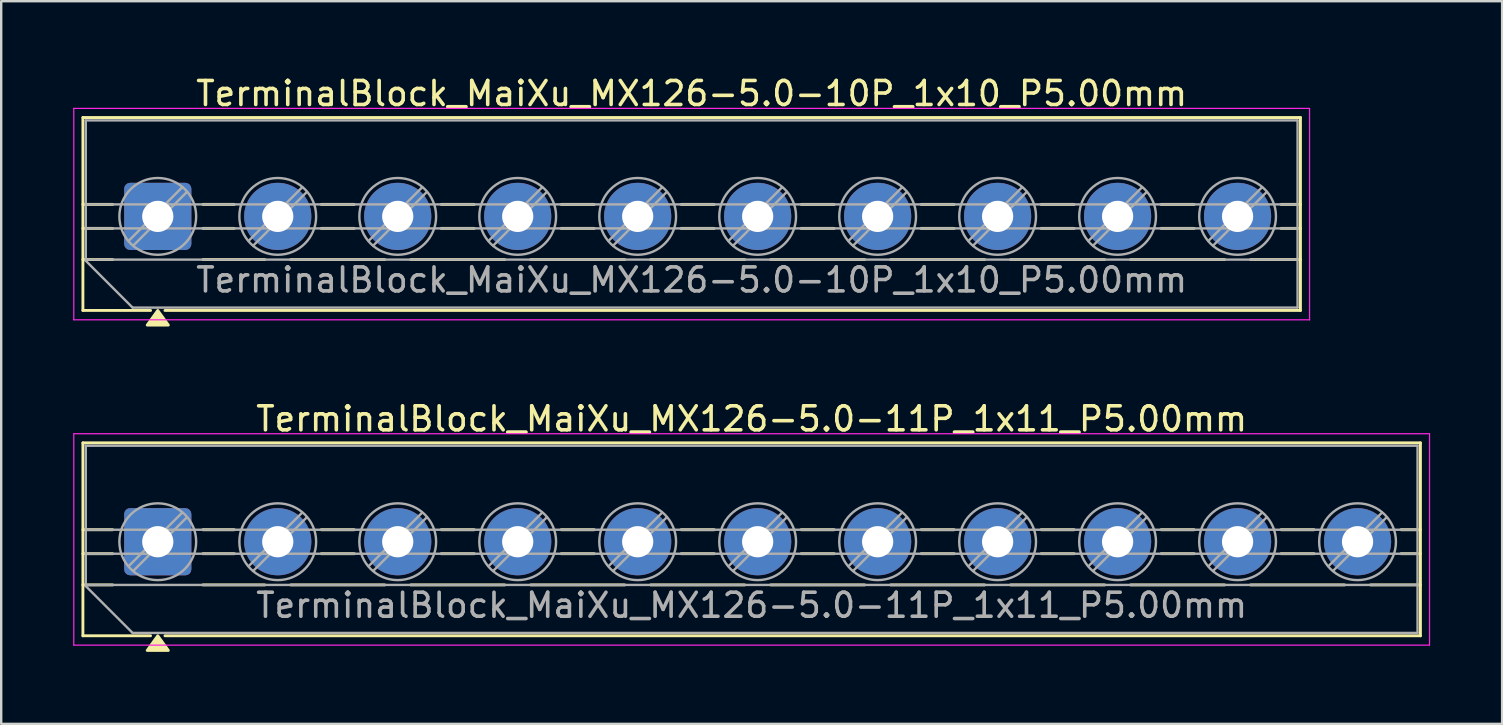
<source format=kicad_pcb>
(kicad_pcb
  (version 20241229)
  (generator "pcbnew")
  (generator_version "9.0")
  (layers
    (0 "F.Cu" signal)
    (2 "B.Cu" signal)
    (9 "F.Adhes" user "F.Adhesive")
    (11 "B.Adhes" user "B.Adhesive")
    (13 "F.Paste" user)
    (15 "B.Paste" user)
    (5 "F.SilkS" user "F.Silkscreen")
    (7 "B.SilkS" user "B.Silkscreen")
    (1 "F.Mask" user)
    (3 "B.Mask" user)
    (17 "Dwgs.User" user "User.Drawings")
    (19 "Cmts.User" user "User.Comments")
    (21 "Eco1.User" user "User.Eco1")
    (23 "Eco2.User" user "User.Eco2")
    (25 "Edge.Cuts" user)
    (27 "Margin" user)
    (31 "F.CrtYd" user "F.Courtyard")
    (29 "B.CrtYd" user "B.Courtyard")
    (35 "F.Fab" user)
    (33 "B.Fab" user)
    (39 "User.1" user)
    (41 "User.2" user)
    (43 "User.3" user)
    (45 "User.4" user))
  (footprint "TerminalBlock_MaiXu_MX126-5.0-11P_1x11_P5.00mm"
    (layer "F.Cu")
    (at 3.525 19.526)
    (property "Reference" "TerminalBlock_MaiXu_MX126-5.0-11P_1x11_P5.00mm" (at 24.75 -5.12 0) (layer "F.SilkS") (effects (font (size 1 1) (thickness 0.15))))
    (attr through_hole)
    (fp_line (start -3.12 -4.12) (end 52.62 -4.12) (stroke (width 0.12) (type solid)) (layer "F.SilkS"))
    (fp_line (start -3.12 -0.5) (end -1.88 -0.5) (stroke (width 0.12) (type solid)) (layer "F.SilkS"))
    (fp_line (start -3.12 0.5) (end -1.88 0.5) (stroke (width 0.12) (type solid)) (layer "F.SilkS"))
    (fp_line (start -3.12 1.8) (end -1.88 1.8) (stroke (width 0.12) (type solid)) (layer "F.SilkS"))
    (fp_line (start -3.12 3.92) (end -3.12 -4.12) (stroke (width 0.12) (type solid)) (layer "F.SilkS"))
    (fp_line (start -0.3 3.92) (end -3.12 3.92) (stroke (width 0.12) (type solid)) (layer "F.SilkS"))
    (fp_line (start 1.88 -0.5) (end 3.188 -0.5) (stroke (width 0.12) (type solid)) (layer "F.SilkS"))
    (fp_line (start 1.88 0.5) (end 3.188 0.5) (stroke (width 0.12) (type solid)) (layer "F.SilkS"))
    (fp_line (start 1.88 1.8) (end 4.457 1.8) (stroke (width 0.12) (type solid)) (layer "F.SilkS"))
    (fp_line (start 5.543 1.8) (end 9.457 1.8) (stroke (width 0.12) (type solid)) (layer "F.SilkS"))
    (fp_line (start 6.812 -0.5) (end 8.188 -0.5) (stroke (width 0.12) (type solid)) (layer "F.SilkS"))
    (fp_line (start 6.812 0.5) (end 8.188 0.5) (stroke (width 0.12) (type solid)) (layer "F.SilkS"))
    (fp_line (start 10.543 1.8) (end 14.457 1.8) (stroke (width 0.12) (type solid)) (layer "F.SilkS"))
    (fp_line (start 11.812 -0.5) (end 13.188 -0.5) (stroke (width 0.12) (type solid)) (layer "F.SilkS"))
    (fp_line (start 11.812 0.5) (end 13.188 0.5) (stroke (width 0.12) (type solid)) (layer "F.SilkS"))
    (fp_line (start 15.543 1.8) (end 19.457 1.8) (stroke (width 0.12) (type solid)) (layer "F.SilkS"))
    (fp_line (start 16.812 -0.5) (end 18.188 -0.5) (stroke (width 0.12) (type solid)) (layer "F.SilkS"))
    (fp_line (start 16.812 0.5) (end 18.188 0.5) (stroke (width 0.12) (type solid)) (layer "F.SilkS"))
    (fp_line (start 20.543 1.8) (end 24.457 1.8) (stroke (width 0.12) (type solid)) (layer "F.SilkS"))
    (fp_line (start 21.812 -0.5) (end 23.188 -0.5) (stroke (width 0.12) (type solid)) (layer "F.SilkS"))
    (fp_line (start 21.812 0.5) (end 23.188 0.5) (stroke (width 0.12) (type solid)) (layer "F.SilkS"))
    (fp_line (start 25.543 1.8) (end 29.457 1.8) (stroke (width 0.12) (type solid)) (layer "F.SilkS"))
    (fp_line (start 26.812 -0.5) (end 28.188 -0.5) (stroke (width 0.12) (type solid)) (layer "F.SilkS"))
    (fp_line (start 26.812 0.5) (end 28.188 0.5) (stroke (width 0.12) (type solid)) (layer "F.SilkS"))
    (fp_line (start 30.543 1.8) (end 34.457 1.8) (stroke (width 0.12) (type solid)) (layer "F.SilkS"))
    (fp_line (start 31.812 -0.5) (end 33.188 -0.5) (stroke (width 0.12) (type solid)) (layer "F.SilkS"))
    (fp_line (start 31.812 0.5) (end 33.188 0.5) (stroke (width 0.12) (type solid)) (layer "F.SilkS"))
    (fp_line (start 35.543 1.8) (end 39.457 1.8) (stroke (width 0.12) (type solid)) (layer "F.SilkS"))
    (fp_line (start 36.812 -0.5) (end 38.188 -0.5) (stroke (width 0.12) (type solid)) (layer "F.SilkS"))
    (fp_line (start 36.812 0.5) (end 38.188 0.5) (stroke (width 0.12) (type solid)) (layer "F.SilkS"))
    (fp_line (start 40.543 1.8) (end 44.457 1.8) (stroke (width 0.12) (type solid)) (layer "F.SilkS"))
    (fp_line (start 41.812 -0.5) (end 43.188 -0.5) (stroke (width 0.12) (type solid)) (layer "F.SilkS"))
    (fp_line (start 41.812 0.5) (end 43.188 0.5) (stroke (width 0.12) (type solid)) (layer "F.SilkS"))
    (fp_line (start 45.543 1.8) (end 49.457 1.8) (stroke (width 0.12) (type solid)) (layer "F.SilkS"))
    (fp_line (start 46.812 -0.5) (end 48.188 -0.5) (stroke (width 0.12) (type solid)) (layer "F.SilkS"))
    (fp_line (start 46.812 0.5) (end 48.188 0.5) (stroke (width 0.12) (type solid)) (layer "F.SilkS"))
    (fp_line (start 50.543 1.8) (end 52.62 1.8) (stroke (width 0.12) (type solid)) (layer "F.SilkS"))
    (fp_line (start 51.812 -0.5) (end 52.62 -0.5) (stroke (width 0.12) (type solid)) (layer "F.SilkS"))
    (fp_line (start 51.812 0.5) (end 52.62 0.5) (stroke (width 0.12) (type solid)) (layer "F.SilkS"))
    (fp_line (start 52.62 -4.12) (end 52.62 3.92) (stroke (width 0.12) (type solid)) (layer "F.SilkS"))
    (fp_line (start 52.62 3.92) (end 0.3 3.92) (stroke (width 0.12) (type solid)) (layer "F.SilkS"))
    (fp_poly (pts (xy 0 3.92) (xy 0.44 4.53) (xy -0.44 4.53)) (stroke (width 0.12) (type solid)) (fill yes) (layer "F.SilkS"))
    (fp_line (start -3.5 -4.5) (end -3.5 4.31) (stroke (width 0.05) (type solid)) (layer "F.CrtYd"))
    (fp_line (start -3.5 4.31) (end 53 4.31) (stroke (width 0.05) (type solid)) (layer "F.CrtYd"))
    (fp_line (start 53 -4.5) (end -3.5 -4.5) (stroke (width 0.05) (type solid)) (layer "F.CrtYd"))
    (fp_line (start 53 4.31) (end 53 -4.5) (stroke (width 0.05) (type solid)) (layer "F.CrtYd"))
    (fp_line (start -3 -4) (end 52.5 -4) (stroke (width 0.1) (type solid)) (layer "F.Fab"))
    (fp_line (start -3 -0.5) (end 52.5 -0.5) (stroke (width 0.1) (type solid)) (layer "F.Fab"))
    (fp_line (start -3 0.5) (end 52.5 0.5) (stroke (width 0.1) (type solid)) (layer "F.Fab"))
    (fp_line (start -3 1.8) (end 52.5 1.8) (stroke (width 0.1) (type solid)) (layer "F.Fab"))
    (fp_line (start -3 1.85) (end -3 -4) (stroke (width 0.1) (type solid)) (layer "F.Fab"))
    (fp_line (start -1.05 3.8) (end -3 1.85) (stroke (width 0.1) (type solid)) (layer "F.Fab"))
    (fp_line (start 1.018 -1.213) (end -1.213 1.018) (stroke (width 0.1) (type solid)) (layer "F.Fab"))
    (fp_line (start 1.213 -1.018) (end -1.018 1.213) (stroke (width 0.1) (type solid)) (layer "F.Fab"))
    (fp_line (start 6.018 -1.213) (end 3.787 1.018) (stroke (width 0.1) (type solid)) (layer "F.Fab"))
    (fp_line (start 6.213 -1.018) (end 3.982 1.213) (stroke (width 0.1) (type solid)) (layer "F.Fab"))
    (fp_line (start 11.018 -1.213) (end 8.787 1.018) (stroke (width 0.1) (type solid)) (layer "F.Fab"))
    (fp_line (start 11.213 -1.018) (end 8.982 1.213) (stroke (width 0.1) (type solid)) (layer "F.Fab"))
    (fp_line (start 16.018 -1.213) (end 13.787 1.018) (stroke (width 0.1) (type solid)) (layer "F.Fab"))
    (fp_line (start 16.213 -1.018) (end 13.982 1.213) (stroke (width 0.1) (type solid)) (layer "F.Fab"))
    (fp_line (start 21.018 -1.213) (end 18.787 1.018) (stroke (width 0.1) (type solid)) (layer "F.Fab"))
    (fp_line (start 21.213 -1.018) (end 18.982 1.213) (stroke (width 0.1) (type solid)) (layer "F.Fab"))
    (fp_line (start 26.018 -1.213) (end 23.787 1.018) (stroke (width 0.1) (type solid)) (layer "F.Fab"))
    (fp_line (start 26.213 -1.018) (end 23.982 1.213) (stroke (width 0.1) (type solid)) (layer "F.Fab"))
    (fp_line (start 31.018 -1.213) (end 28.787 1.018) (stroke (width 0.1) (type solid)) (layer "F.Fab"))
    (fp_line (start 31.213 -1.018) (end 28.982 1.213) (stroke (width 0.1) (type solid)) (layer "F.Fab"))
    (fp_line (start 36.018 -1.213) (end 33.787 1.018) (stroke (width 0.1) (type solid)) (layer "F.Fab"))
    (fp_line (start 36.213 -1.018) (end 33.982 1.213) (stroke (width 0.1) (type solid)) (layer "F.Fab"))
    (fp_line (start 41.018 -1.213) (end 38.787 1.018) (stroke (width 0.1) (type solid)) (layer "F.Fab"))
    (fp_line (start 41.213 -1.018) (end 38.982 1.213) (stroke (width 0.1) (type solid)) (layer "F.Fab"))
    (fp_line (start 46.018 -1.213) (end 43.787 1.018) (stroke (width 0.1) (type solid)) (layer "F.Fab"))
    (fp_line (start 46.213 -1.018) (end 43.982 1.213) (stroke (width 0.1) (type solid)) (layer "F.Fab"))
    (fp_line (start 51.018 -1.213) (end 48.787 1.018) (stroke (width 0.1) (type solid)) (layer "F.Fab"))
    (fp_line (start 51.213 -1.018) (end 48.982 1.213) (stroke (width 0.1) (type solid)) (layer "F.Fab"))
    (fp_line (start 52.5 -4) (end 52.5 3.8) (stroke (width 0.1) (type solid)) (layer "F.Fab"))
    (fp_line (start 52.5 3.8) (end -1.05 3.8) (stroke (width 0.1) (type solid)) (layer "F.Fab"))
    (fp_circle (center 0 0) (end 1.6 0) (stroke (width 0.1) (type solid)) (fill no) (layer "F.Fab"))
    (fp_circle (center 5 0) (end 6.6 0) (stroke (width 0.1) (type solid)) (fill no) (layer "F.Fab"))
    (fp_circle (center 10 0) (end 11.6 0) (stroke (width 0.1) (type solid)) (fill no) (layer "F.Fab"))
    (fp_circle (center 15 0) (end 16.6 0) (stroke (width 0.1) (type solid)) (fill no) (layer "F.Fab"))
    (fp_circle (center 20 0) (end 21.6 0) (stroke (width 0.1) (type solid)) (fill no) (layer "F.Fab"))
    (fp_circle (center 25 0) (end 26.6 0) (stroke (width 0.1) (type solid)) (fill no) (layer "F.Fab"))
    (fp_circle (center 30 0) (end 31.6 0) (stroke (width 0.1) (type solid)) (fill no) (layer "F.Fab"))
    (fp_circle (center 35 0) (end 36.6 0) (stroke (width 0.1) (type solid)) (fill no) (layer "F.Fab"))
    (fp_circle (center 40 0) (end 41.6 0) (stroke (width 0.1) (type solid)) (fill no) (layer "F.Fab"))
    (fp_circle (center 45 0) (end 46.6 0) (stroke (width 0.1) (type solid)) (fill no) (layer "F.Fab"))
    (fp_circle (center 50 0) (end 51.6 0) (stroke (width 0.1) (type solid)) (fill no) (layer "F.Fab"))
    (fp_text user "${REFERENCE}" (at 24.75 2.65 0) (layer "F.Fab") (effects (font (size 1 1) (thickness 0.15))))
    (pad "1" thru_hole roundrect (at 0 0) (size 2.8 2.8) (drill 1.3) (layers "*.Cu" "*.Mask") (roundrect_rratio 0.089))
    (pad "2" thru_hole circle (at 5 0) (size 2.8 2.8) (drill 1.3) (layers "*.Cu" "*.Mask"))
    (pad "3" thru_hole circle (at 10 0) (size 2.8 2.8) (drill 1.3) (layers "*.Cu" "*.Mask"))
    (pad "4" thru_hole circle (at 15 0) (size 2.8 2.8) (drill 1.3) (layers "*.Cu" "*.Mask"))
    (pad "5" thru_hole circle (at 20 0) (size 2.8 2.8) (drill 1.3) (layers "*.Cu" "*.Mask"))
    (pad "6" thru_hole circle (at 25 0) (size 2.8 2.8) (drill 1.3) (layers "*.Cu" "*.Mask"))
    (pad "7" thru_hole circle (at 30 0) (size 2.8 2.8) (drill 1.3) (layers "*.Cu" "*.Mask"))
    (pad "8" thru_hole circle (at 35 0) (size 2.8 2.8) (drill 1.3) (layers "*.Cu" "*.Mask"))
    (pad "9" thru_hole circle (at 40 0) (size 2.8 2.8) (drill 1.3) (layers "*.Cu" "*.Mask"))
    (pad "10" thru_hole circle (at 45 0) (size 2.8 2.8) (drill 1.3) (layers "*.Cu" "*.Mask"))
    (pad "11" thru_hole circle (at 50 0) (size 2.8 2.8) (drill 1.3) (layers "*.Cu" "*.Mask")))
  (footprint "TerminalBlock_MaiXu_MX126-5.0-10P_1x10_P5.00mm"
    (layer "F.Cu")
    (at 3.525 5.968)
    (property "Reference" "TerminalBlock_MaiXu_MX126-5.0-10P_1x10_P5.00mm" (at 22.25 -5.12 0) (layer "F.SilkS") (effects (font (size 1 1) (thickness 0.15))))
    (attr through_hole)
    (fp_line (start -3.12 -4.12) (end 47.62 -4.12) (stroke (width 0.12) (type solid)) (layer "F.SilkS"))
    (fp_line (start -3.12 -0.5) (end -1.88 -0.5) (stroke (width 0.12) (type solid)) (layer "F.SilkS"))
    (fp_line (start -3.12 0.5) (end -1.88 0.5) (stroke (width 0.12) (type solid)) (layer "F.SilkS"))
    (fp_line (start -3.12 1.8) (end -1.88 1.8) (stroke (width 0.12) (type solid)) (layer "F.SilkS"))
    (fp_line (start -3.12 3.92) (end -3.12 -4.12) (stroke (width 0.12) (type solid)) (layer "F.SilkS"))
    (fp_line (start -0.3 3.92) (end -3.12 3.92) (stroke (width 0.12) (type solid)) (layer "F.SilkS"))
    (fp_line (start 1.88 -0.5) (end 3.188 -0.5) (stroke (width 0.12) (type solid)) (layer "F.SilkS"))
    (fp_line (start 1.88 0.5) (end 3.188 0.5) (stroke (width 0.12) (type solid)) (layer "F.SilkS"))
    (fp_line (start 1.88 1.8) (end 4.457 1.8) (stroke (width 0.12) (type solid)) (layer "F.SilkS"))
    (fp_line (start 5.543 1.8) (end 9.457 1.8) (stroke (width 0.12) (type solid)) (layer "F.SilkS"))
    (fp_line (start 6.812 -0.5) (end 8.188 -0.5) (stroke (width 0.12) (type solid)) (layer "F.SilkS"))
    (fp_line (start 6.812 0.5) (end 8.188 0.5) (stroke (width 0.12) (type solid)) (layer "F.SilkS"))
    (fp_line (start 10.543 1.8) (end 14.457 1.8) (stroke (width 0.12) (type solid)) (layer "F.SilkS"))
    (fp_line (start 11.812 -0.5) (end 13.188 -0.5) (stroke (width 0.12) (type solid)) (layer "F.SilkS"))
    (fp_line (start 11.812 0.5) (end 13.188 0.5) (stroke (width 0.12) (type solid)) (layer "F.SilkS"))
    (fp_line (start 15.543 1.8) (end 19.457 1.8) (stroke (width 0.12) (type solid)) (layer "F.SilkS"))
    (fp_line (start 16.812 -0.5) (end 18.188 -0.5) (stroke (width 0.12) (type solid)) (layer "F.SilkS"))
    (fp_line (start 16.812 0.5) (end 18.188 0.5) (stroke (width 0.12) (type solid)) (layer "F.SilkS"))
    (fp_line (start 20.543 1.8) (end 24.457 1.8) (stroke (width 0.12) (type solid)) (layer "F.SilkS"))
    (fp_line (start 21.812 -0.5) (end 23.188 -0.5) (stroke (width 0.12) (type solid)) (layer "F.SilkS"))
    (fp_line (start 21.812 0.5) (end 23.188 0.5) (stroke (width 0.12) (type solid)) (layer "F.SilkS"))
    (fp_line (start 25.543 1.8) (end 29.457 1.8) (stroke (width 0.12) (type solid)) (layer "F.SilkS"))
    (fp_line (start 26.812 -0.5) (end 28.188 -0.5) (stroke (width 0.12) (type solid)) (layer "F.SilkS"))
    (fp_line (start 26.812 0.5) (end 28.188 0.5) (stroke (width 0.12) (type solid)) (layer "F.SilkS"))
    (fp_line (start 30.543 1.8) (end 34.457 1.8) (stroke (width 0.12) (type solid)) (layer "F.SilkS"))
    (fp_line (start 31.812 -0.5) (end 33.188 -0.5) (stroke (width 0.12) (type solid)) (layer "F.SilkS"))
    (fp_line (start 31.812 0.5) (end 33.188 0.5) (stroke (width 0.12) (type solid)) (layer "F.SilkS"))
    (fp_line (start 35.543 1.8) (end 39.457 1.8) (stroke (width 0.12) (type solid)) (layer "F.SilkS"))
    (fp_line (start 36.812 -0.5) (end 38.188 -0.5) (stroke (width 0.12) (type solid)) (layer "F.SilkS"))
    (fp_line (start 36.812 0.5) (end 38.188 0.5) (stroke (width 0.12) (type solid)) (layer "F.SilkS"))
    (fp_line (start 40.543 1.8) (end 44.457 1.8) (stroke (width 0.12) (type solid)) (layer "F.SilkS"))
    (fp_line (start 41.812 -0.5) (end 43.188 -0.5) (stroke (width 0.12) (type solid)) (layer "F.SilkS"))
    (fp_line (start 41.812 0.5) (end 43.188 0.5) (stroke (width 0.12) (type solid)) (layer "F.SilkS"))
    (fp_line (start 45.543 1.8) (end 47.62 1.8) (stroke (width 0.12) (type solid)) (layer "F.SilkS"))
    (fp_line (start 46.812 -0.5) (end 47.62 -0.5) (stroke (width 0.12) (type solid)) (layer "F.SilkS"))
    (fp_line (start 46.812 0.5) (end 47.62 0.5) (stroke (width 0.12) (type solid)) (layer "F.SilkS"))
    (fp_line (start 47.62 -4.12) (end 47.62 3.92) (stroke (width 0.12) (type solid)) (layer "F.SilkS"))
    (fp_line (start 47.62 3.92) (end 0.3 3.92) (stroke (width 0.12) (type solid)) (layer "F.SilkS"))
    (fp_poly (pts (xy 0 3.92) (xy 0.44 4.53) (xy -0.44 4.53)) (stroke (width 0.12) (type solid)) (fill yes) (layer "F.SilkS"))
    (fp_line (start -3.5 -4.5) (end -3.5 4.31) (stroke (width 0.05) (type solid)) (layer "F.CrtYd"))
    (fp_line (start -3.5 4.31) (end 48 4.31) (stroke (width 0.05) (type solid)) (layer "F.CrtYd"))
    (fp_line (start 48 -4.5) (end -3.5 -4.5) (stroke (width 0.05) (type solid)) (layer "F.CrtYd"))
    (fp_line (start 48 4.31) (end 48 -4.5) (stroke (width 0.05) (type solid)) (layer "F.CrtYd"))
    (fp_line (start -3 -4) (end 47.5 -4) (stroke (width 0.1) (type solid)) (layer "F.Fab"))
    (fp_line (start -3 -0.5) (end 47.5 -0.5) (stroke (width 0.1) (type solid)) (layer "F.Fab"))
    (fp_line (start -3 0.5) (end 47.5 0.5) (stroke (width 0.1) (type solid)) (layer "F.Fab"))
    (fp_line (start -3 1.8) (end 47.5 1.8) (stroke (width 0.1) (type solid)) (layer "F.Fab"))
    (fp_line (start -3 1.85) (end -3 -4) (stroke (width 0.1) (type solid)) (layer "F.Fab"))
    (fp_line (start -1.05 3.8) (end -3 1.85) (stroke (width 0.1) (type solid)) (layer "F.Fab"))
    (fp_line (start 1.018 -1.213) (end -1.213 1.018) (stroke (width 0.1) (type solid)) (layer "F.Fab"))
    (fp_line (start 1.213 -1.018) (end -1.018 1.213) (stroke (width 0.1) (type solid)) (layer "F.Fab"))
    (fp_line (start 6.018 -1.213) (end 3.787 1.018) (stroke (width 0.1) (type solid)) (layer "F.Fab"))
    (fp_line (start 6.213 -1.018) (end 3.982 1.213) (stroke (width 0.1) (type solid)) (layer "F.Fab"))
    (fp_line (start 11.018 -1.213) (end 8.787 1.018) (stroke (width 0.1) (type solid)) (layer "F.Fab"))
    (fp_line (start 11.213 -1.018) (end 8.982 1.213) (stroke (width 0.1) (type solid)) (layer "F.Fab"))
    (fp_line (start 16.018 -1.213) (end 13.787 1.018) (stroke (width 0.1) (type solid)) (layer "F.Fab"))
    (fp_line (start 16.213 -1.018) (end 13.982 1.213) (stroke (width 0.1) (type solid)) (layer "F.Fab"))
    (fp_line (start 21.018 -1.213) (end 18.787 1.018) (stroke (width 0.1) (type solid)) (layer "F.Fab"))
    (fp_line (start 21.213 -1.018) (end 18.982 1.213) (stroke (width 0.1) (type solid)) (layer "F.Fab"))
    (fp_line (start 26.018 -1.213) (end 23.787 1.018) (stroke (width 0.1) (type solid)) (layer "F.Fab"))
    (fp_line (start 26.213 -1.018) (end 23.982 1.213) (stroke (width 0.1) (type solid)) (layer "F.Fab"))
    (fp_line (start 31.018 -1.213) (end 28.787 1.018) (stroke (width 0.1) (type solid)) (layer "F.Fab"))
    (fp_line (start 31.213 -1.018) (end 28.982 1.213) (stroke (width 0.1) (type solid)) (layer "F.Fab"))
    (fp_line (start 36.018 -1.213) (end 33.787 1.018) (stroke (width 0.1) (type solid)) (layer "F.Fab"))
    (fp_line (start 36.213 -1.018) (end 33.982 1.213) (stroke (width 0.1) (type solid)) (layer "F.Fab"))
    (fp_line (start 41.018 -1.213) (end 38.787 1.018) (stroke (width 0.1) (type solid)) (layer "F.Fab"))
    (fp_line (start 41.213 -1.018) (end 38.982 1.213) (stroke (width 0.1) (type solid)) (layer "F.Fab"))
    (fp_line (start 46.018 -1.213) (end 43.787 1.018) (stroke (width 0.1) (type solid)) (layer "F.Fab"))
    (fp_line (start 46.213 -1.018) (end 43.982 1.213) (stroke (width 0.1) (type solid)) (layer "F.Fab"))
    (fp_line (start 47.5 -4) (end 47.5 3.8) (stroke (width 0.1) (type solid)) (layer "F.Fab"))
    (fp_line (start 47.5 3.8) (end -1.05 3.8) (stroke (width 0.1) (type solid)) (layer "F.Fab"))
    (fp_circle (center 0 0) (end 1.6 0) (stroke (width 0.1) (type solid)) (fill no) (layer "F.Fab"))
    (fp_circle (center 5 0) (end 6.6 0) (stroke (width 0.1) (type solid)) (fill no) (layer "F.Fab"))
    (fp_circle (center 10 0) (end 11.6 0) (stroke (width 0.1) (type solid)) (fill no) (layer "F.Fab"))
    (fp_circle (center 15 0) (end 16.6 0) (stroke (width 0.1) (type solid)) (fill no) (layer "F.Fab"))
    (fp_circle (center 20 0) (end 21.6 0) (stroke (width 0.1) (type solid)) (fill no) (layer "F.Fab"))
    (fp_circle (center 25 0) (end 26.6 0) (stroke (width 0.1) (type solid)) (fill no) (layer "F.Fab"))
    (fp_circle (center 30 0) (end 31.6 0) (stroke (width 0.1) (type solid)) (fill no) (layer "F.Fab"))
    (fp_circle (center 35 0) (end 36.6 0) (stroke (width 0.1) (type solid)) (fill no) (layer "F.Fab"))
    (fp_circle (center 40 0) (end 41.6 0) (stroke (width 0.1) (type solid)) (fill no) (layer "F.Fab"))
    (fp_circle (center 45 0) (end 46.6 0) (stroke (width 0.1) (type solid)) (fill no) (layer "F.Fab"))
    (fp_text user "${REFERENCE}" (at 22.25 2.65 0) (layer "F.Fab") (effects (font (size 1 1) (thickness 0.15))))
    (pad "1" thru_hole roundrect (at 0 0) (size 2.8 2.8) (drill 1.3) (layers "*.Cu" "*.Mask") (roundrect_rratio 0.089))
    (pad "2" thru_hole circle (at 5 0) (size 2.8 2.8) (drill 1.3) (layers "*.Cu" "*.Mask"))
    (pad "3" thru_hole circle (at 10 0) (size 2.8 2.8) (drill 1.3) (layers "*.Cu" "*.Mask"))
    (pad "4" thru_hole circle (at 15 0) (size 2.8 2.8) (drill 1.3) (layers "*.Cu" "*.Mask"))
    (pad "5" thru_hole circle (at 20 0) (size 2.8 2.8) (drill 1.3) (layers "*.Cu" "*.Mask"))
    (pad "6" thru_hole circle (at 25 0) (size 2.8 2.8) (drill 1.3) (layers "*.Cu" "*.Mask"))
    (pad "7" thru_hole circle (at 30 0) (size 2.8 2.8) (drill 1.3) (layers "*.Cu" "*.Mask"))
    (pad "8" thru_hole circle (at 35 0) (size 2.8 2.8) (drill 1.3) (layers "*.Cu" "*.Mask"))
    (pad "9" thru_hole circle (at 40 0) (size 2.8 2.8) (drill 1.3) (layers "*.Cu" "*.Mask"))
    (pad "10" thru_hole circle (at 45 0) (size 2.8 2.8) (drill 1.3) (layers "*.Cu" "*.Mask")))
  (gr_rect
    (start -3 -3)
    (end 59.55 27.116)
    (stroke (width 0.1) (type default))
    (fill no)
    (layer "Edge.Cuts")))
</source>
